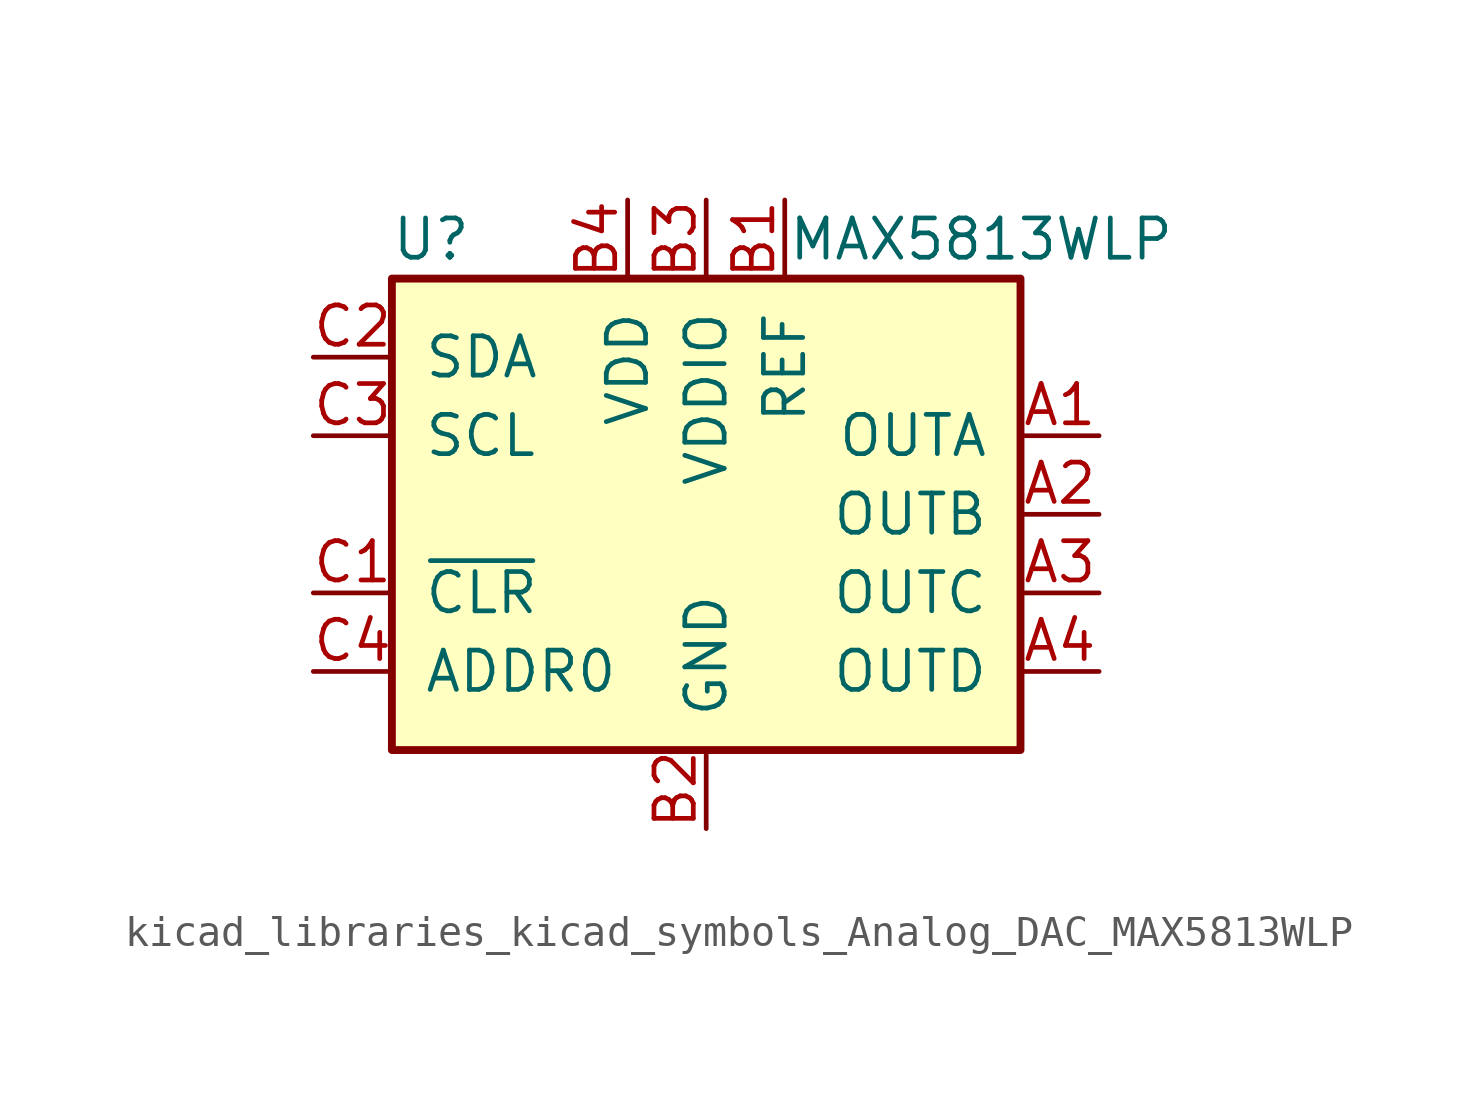
<source format=kicad_sym>
(kicad_symbol_lib
  (version 20220914)
  (generator kicad_symbol_editor)
  (symbol "kicad_libraries_kicad_symbols_Analog_DAC_MAX5813WLP"
    (pin_names
      (offset 1.016))
    (property "Reference" "U"
      (at -8.89 8.89 0)
      (effects (font (size 1.27 1.27))))
    (property "Value" "MAX5813WLP"
      (at 8.89 8.89 0)
      (effects (font (size 1.27 1.27))))
    (symbol "kicad_libraries_kicad_symbols_Analog_DAC_MAX5813WLP_0_1"
      (rectangle (start -10.16 7.62) (end 10.16 -7.62) (stroke (width 0.254) (type default)) (fill (type background))))
    (symbol "kicad_libraries_kicad_symbols_Analog_DAC_MAX5813WLP_1_1"
      (pin output line (at 12.7 2.54 180) (length 2.54) (name "OUTA" (effects (font (size 1.27 1.27)))) (number "A1" (effects (font (size 1.27 1.27)))))
      (pin output line (at 12.7 0 180) (length 2.54) (name "OUTB" (effects (font (size 1.27 1.27)))) (number "A2" (effects (font (size 1.27 1.27)))))
      (pin output line (at 12.7 -2.54 180) (length 2.54) (name "OUTC" (effects (font (size 1.27 1.27)))) (number "A3" (effects (font (size 1.27 1.27)))))
      (pin output line (at 12.7 -5.08 180) (length 2.54) (name "OUTD" (effects (font (size 1.27 1.27)))) (number "A4" (effects (font (size 1.27 1.27)))))
      (pin power_in line (at 2.54 10.16 270) (length 2.54) (name "REF" (effects (font (size 1.27 1.27)))) (number "B1" (effects (font (size 1.27 1.27)))))
      (pin power_in line (at 0 -10.16 90) (length 2.54) (name "GND" (effects (font (size 1.27 1.27)))) (number "B2" (effects (font (size 1.27 1.27)))))
      (pin power_in line (at 0 10.16 270) (length 2.54) (name "VDDIO" (effects (font (size 1.27 1.27)))) (number "B3" (effects (font (size 1.27 1.27)))))
      (pin power_in line (at -2.54 10.16 270) (length 2.54) (name "VDD" (effects (font (size 1.27 1.27)))) (number "B4" (effects (font (size 1.27 1.27)))))
      (pin input line (at -12.7 -2.54 0) (length 2.54) (name "~{CLR}" (effects (font (size 1.27 1.27)))) (number "C1" (effects (font (size 1.27 1.27)))))
      (pin bidirectional line (at -12.7 5.08 0) (length 2.54) (name "SDA" (effects (font (size 1.27 1.27)))) (number "C2" (effects (font (size 1.27 1.27)))))
      (pin input line (at -12.7 2.54 0) (length 2.54) (name "SCL" (effects (font (size 1.27 1.27)))) (number "C3" (effects (font (size 1.27 1.27)))))
      (pin input line (at -12.7 -5.08 0) (length 2.54) (name "ADDR0" (effects (font (size 1.27 1.27)))) (number "C4" (effects (font (size 1.27 1.27))))))))
</source>
